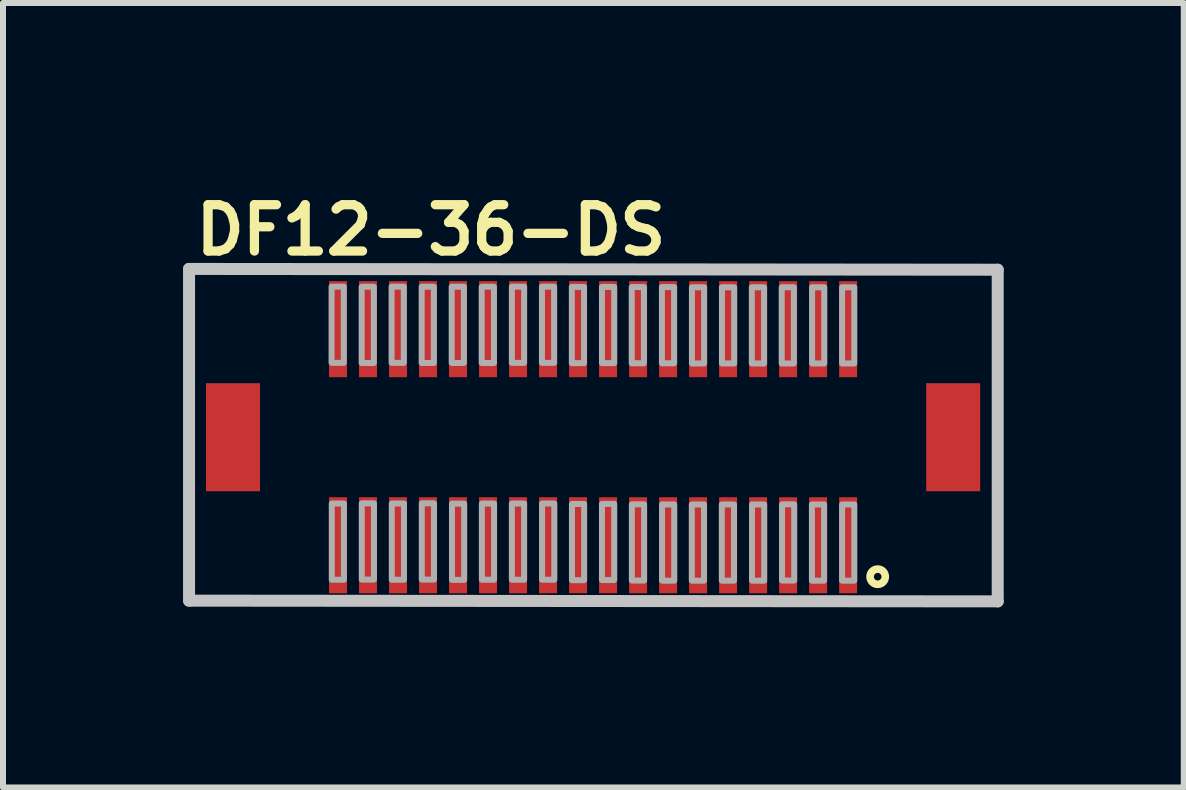
<source format=kicad_pcb>
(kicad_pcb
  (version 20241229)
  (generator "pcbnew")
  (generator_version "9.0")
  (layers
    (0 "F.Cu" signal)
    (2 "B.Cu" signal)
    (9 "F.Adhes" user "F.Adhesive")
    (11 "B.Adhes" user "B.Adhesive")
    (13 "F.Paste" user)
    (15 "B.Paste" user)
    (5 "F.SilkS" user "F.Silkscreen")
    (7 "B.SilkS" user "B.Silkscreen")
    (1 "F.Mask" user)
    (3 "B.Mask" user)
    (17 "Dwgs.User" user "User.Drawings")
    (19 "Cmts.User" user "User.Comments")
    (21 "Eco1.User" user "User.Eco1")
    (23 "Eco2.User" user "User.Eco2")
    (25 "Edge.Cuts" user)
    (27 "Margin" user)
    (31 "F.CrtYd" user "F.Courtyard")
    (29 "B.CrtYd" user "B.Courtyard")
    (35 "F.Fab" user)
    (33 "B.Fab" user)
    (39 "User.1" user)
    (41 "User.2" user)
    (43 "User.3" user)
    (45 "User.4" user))
  (footprint "DF12-36-DS"
    (layer "F.Cu")
    (at 6.832 4.235)
    (property "Reference" "DF12-36-DS" (at -6.7 -3 0) (layer "F.SilkS") (effects (font (size 0.772 0.772) (thickness 0.154)) (justify left bottom)))
    (attr through_hole)
    (fp_poly (pts (xy -4.539 1.499) (xy -4.565 1.301) (xy -4.641 1.118) (xy -4.762 0.96) (xy -4.92 0.839) (xy -5.103 0.763) (xy -5.301 0.737) (xy -5.498 0.763) (xy -5.682 0.839) (xy -5.839 0.96) (xy -5.961 1.118) (xy -6.037 1.301) (xy -6.063 1.499) (xy -6.037 1.696) (xy -5.961 1.88) (xy -5.839 2.037) (xy -5.682 2.159) (xy -5.301 2.261) (xy -5.103 2.235) (xy -4.92 2.159) (xy -4.762 2.037) (xy -4.641 1.88) (xy -4.565 1.696)) (stroke (width 0) (type solid)) (fill yes) (layer "F.Mask"))
    (fp_poly (pts (xy 6.063 1.499) (xy 6.037 1.301) (xy 5.961 1.118) (xy 5.839 0.96) (xy 5.682 0.839) (xy 5.498 0.763) (xy 5.301 0.737) (xy 5.103 0.763) (xy 4.92 0.839) (xy 4.762 0.96) (xy 4.641 1.118) (xy 4.565 1.301) (xy 4.539 1.499) (xy 4.565 1.696) (xy 4.641 1.88) (xy 4.762 2.037) (xy 4.92 2.159) (xy 5.301 2.261) (xy 5.498 2.235) (xy 5.682 2.159) (xy 5.839 2.037) (xy 5.961 1.88) (xy 6.037 1.696)) (stroke (width 0) (type solid)) (fill yes) (layer "F.Mask"))
    (fp_circle (center 4.742 2.324) (end 4.869 2.324) (stroke (width 0.127) (type solid)) (fill no) (layer "F.SilkS"))
    (fp_poly (pts (xy -4.138 -2.513) (xy -4.358 -2.513) (xy -4.358 -1.213) (xy -4.138 -1.213)) (stroke (width 0) (type solid)) (fill yes) (layer "F.Paste"))
    (fp_poly (pts (xy -4.138 1.207) (xy -4.358 1.207) (xy -4.358 2.507) (xy -4.138 2.507)) (stroke (width 0) (type solid)) (fill yes) (layer "F.Paste"))
    (fp_poly (pts (xy -3.638 -2.513) (xy -3.858 -2.513) (xy -3.858 -1.213) (xy -3.638 -1.213)) (stroke (width 0) (type solid)) (fill yes) (layer "F.Paste"))
    (fp_poly (pts (xy -3.638 1.207) (xy -3.858 1.207) (xy -3.858 2.507) (xy -3.638 2.507)) (stroke (width 0) (type solid)) (fill yes) (layer "F.Paste"))
    (fp_poly (pts (xy -3.138 -2.513) (xy -3.358 -2.513) (xy -3.358 -1.213) (xy -3.138 -1.213)) (stroke (width 0) (type solid)) (fill yes) (layer "F.Paste"))
    (fp_poly (pts (xy -3.138 1.207) (xy -3.358 1.207) (xy -3.358 2.507) (xy -3.138 2.507)) (stroke (width 0) (type solid)) (fill yes) (layer "F.Paste"))
    (fp_poly (pts (xy -2.638 -2.513) (xy -2.858 -2.513) (xy -2.858 -1.213) (xy -2.638 -1.213)) (stroke (width 0) (type solid)) (fill yes) (layer "F.Paste"))
    (fp_poly (pts (xy -2.638 1.207) (xy -2.858 1.207) (xy -2.858 2.507) (xy -2.638 2.507)) (stroke (width 0) (type solid)) (fill yes) (layer "F.Paste"))
    (fp_poly (pts (xy -2.138 -2.513) (xy -2.358 -2.513) (xy -2.358 -1.213) (xy -2.138 -1.213)) (stroke (width 0) (type solid)) (fill yes) (layer "F.Paste"))
    (fp_poly (pts (xy -2.138 1.207) (xy -2.358 1.207) (xy -2.358 2.507) (xy -2.138 2.507)) (stroke (width 0) (type solid)) (fill yes) (layer "F.Paste"))
    (fp_poly (pts (xy -1.638 -2.513) (xy -1.858 -2.513) (xy -1.858 -1.213) (xy -1.638 -1.213)) (stroke (width 0) (type solid)) (fill yes) (layer "F.Paste"))
    (fp_poly (pts (xy -1.638 1.207) (xy -1.858 1.207) (xy -1.858 2.507) (xy -1.638 2.507)) (stroke (width 0) (type solid)) (fill yes) (layer "F.Paste"))
    (fp_poly (pts (xy -1.138 -2.513) (xy -1.358 -2.513) (xy -1.358 -1.213) (xy -1.138 -1.213)) (stroke (width 0) (type solid)) (fill yes) (layer "F.Paste"))
    (fp_poly (pts (xy -1.138 1.207) (xy -1.358 1.207) (xy -1.358 2.507) (xy -1.138 2.507)) (stroke (width 0) (type solid)) (fill yes) (layer "F.Paste"))
    (fp_poly (pts (xy -0.638 -2.513) (xy -0.858 -2.513) (xy -0.858 -1.213) (xy -0.638 -1.213)) (stroke (width 0) (type solid)) (fill yes) (layer "F.Paste"))
    (fp_poly (pts (xy -0.638 1.207) (xy -0.858 1.207) (xy -0.858 2.507) (xy -0.638 2.507)) (stroke (width 0) (type solid)) (fill yes) (layer "F.Paste"))
    (fp_poly (pts (xy -0.148 -2.513) (xy -0.368 -2.513) (xy -0.368 -1.213) (xy -0.148 -1.213)) (stroke (width 0) (type solid)) (fill yes) (layer "F.Paste"))
    (fp_poly (pts (xy -0.138 1.207) (xy -0.358 1.207) (xy -0.358 2.507) (xy -0.138 2.507)) (stroke (width 0) (type solid)) (fill yes) (layer "F.Paste"))
    (fp_poly (pts (xy 0.362 -2.513) (xy 0.142 -2.513) (xy 0.142 -1.213) (xy 0.362 -1.213)) (stroke (width 0) (type solid)) (fill yes) (layer "F.Paste"))
    (fp_poly (pts (xy 0.362 1.207) (xy 0.142 1.207) (xy 0.142 2.507) (xy 0.362 2.507)) (stroke (width 0) (type solid)) (fill yes) (layer "F.Paste"))
    (fp_poly (pts (xy 0.862 -2.513) (xy 0.642 -2.513) (xy 0.642 -1.213) (xy 0.862 -1.213)) (stroke (width 0) (type solid)) (fill yes) (layer "F.Paste"))
    (fp_poly (pts (xy 0.862 1.207) (xy 0.642 1.207) (xy 0.642 2.507) (xy 0.862 2.507)) (stroke (width 0) (type solid)) (fill yes) (layer "F.Paste"))
    (fp_poly (pts (xy 1.362 -2.513) (xy 1.142 -2.513) (xy 1.142 -1.213) (xy 1.362 -1.213)) (stroke (width 0) (type solid)) (fill yes) (layer "F.Paste"))
    (fp_poly (pts (xy 1.362 1.207) (xy 1.142 1.207) (xy 1.142 2.507) (xy 1.362 2.507)) (stroke (width 0) (type solid)) (fill yes) (layer "F.Paste"))
    (fp_poly (pts (xy 1.852 -2.513) (xy 1.632 -2.513) (xy 1.632 -1.213) (xy 1.852 -1.213)) (stroke (width 0) (type solid)) (fill yes) (layer "F.Paste"))
    (fp_poly (pts (xy 1.862 1.207) (xy 1.642 1.207) (xy 1.642 2.507) (xy 1.862 2.507)) (stroke (width 0) (type solid)) (fill yes) (layer "F.Paste"))
    (fp_poly (pts (xy 2.362 -2.513) (xy 2.142 -2.513) (xy 2.142 -1.213) (xy 2.362 -1.213)) (stroke (width 0) (type solid)) (fill yes) (layer "F.Paste"))
    (fp_poly (pts (xy 2.362 1.207) (xy 2.142 1.207) (xy 2.142 2.507) (xy 2.362 2.507)) (stroke (width 0) (type solid)) (fill yes) (layer "F.Paste"))
    (fp_poly (pts (xy 2.862 -2.513) (xy 2.642 -2.513) (xy 2.642 -1.213) (xy 2.862 -1.213)) (stroke (width 0) (type solid)) (fill yes) (layer "F.Paste"))
    (fp_poly (pts (xy 2.862 1.207) (xy 2.642 1.207) (xy 2.642 2.507) (xy 2.862 2.507)) (stroke (width 0) (type solid)) (fill yes) (layer "F.Paste"))
    (fp_poly (pts (xy 3.362 -2.513) (xy 3.142 -2.513) (xy 3.142 -1.213) (xy 3.362 -1.213)) (stroke (width 0) (type solid)) (fill yes) (layer "F.Paste"))
    (fp_poly (pts (xy 3.362 1.207) (xy 3.142 1.207) (xy 3.142 2.507) (xy 3.362 2.507)) (stroke (width 0) (type solid)) (fill yes) (layer "F.Paste"))
    (fp_poly (pts (xy 3.862 -2.513) (xy 3.642 -2.513) (xy 3.642 -1.213) (xy 3.862 -1.213)) (stroke (width 0) (type solid)) (fill yes) (layer "F.Paste"))
    (fp_poly (pts (xy 3.862 1.207) (xy 3.642 1.207) (xy 3.642 2.507) (xy 3.862 2.507)) (stroke (width 0) (type solid)) (fill yes) (layer "F.Paste"))
    (fp_poly (pts (xy 4.362 -2.513) (xy 4.142 -2.513) (xy 4.142 -1.213) (xy 4.362 -1.213)) (stroke (width 0) (type solid)) (fill yes) (layer "F.Paste"))
    (fp_poly (pts (xy 4.362 1.207) (xy 4.142 1.207) (xy 4.142 2.507) (xy 4.362 2.507)) (stroke (width 0) (type solid)) (fill yes) (layer "F.Paste"))
    (fp_line (start -6.732 -2.804) (end 6.742 -2.791) (stroke (width 0.2) (type solid)) (layer "Dwgs.User"))
    (fp_line (start -6.732 2.723) (end -6.732 -2.804) (stroke (width 0.2) (type solid)) (layer "Dwgs.User"))
    (fp_line (start 6.742 -2.791) (end 6.742 2.735) (stroke (width 0.2) (type solid)) (layer "Dwgs.User"))
    (fp_line (start 6.742 2.735) (end -6.732 2.723) (stroke (width 0.2) (type solid)) (layer "Dwgs.User"))
    (fp_poly (pts (xy -4.357 -2.509) (xy -4.357 -1.239) (xy -4.154 -1.239) (xy -4.154 -2.509)) (stroke (width 0.1) (type solid)) (fill no) (layer "F.Fab"))
    (fp_poly (pts (xy -4.354 1.105) (xy -4.354 2.375) (xy -4.151 2.375) (xy -4.151 1.105)) (stroke (width 0.1) (type solid)) (fill no) (layer "F.Fab"))
    (fp_poly (pts (xy -3.856 -2.507) (xy -3.856 -1.237) (xy -3.653 -1.237) (xy -3.653 -2.507)) (stroke (width 0.1) (type solid)) (fill no) (layer "F.Fab"))
    (fp_poly (pts (xy -3.854 1.102) (xy -3.854 2.372) (xy -3.651 2.372) (xy -3.651 1.102)) (stroke (width 0.1) (type solid)) (fill no) (layer "F.Fab"))
    (fp_poly (pts (xy -3.357 -2.509) (xy -3.357 -1.239) (xy -3.154 -1.239) (xy -3.154 -2.509)) (stroke (width 0.1) (type solid)) (fill no) (layer "F.Fab"))
    (fp_poly (pts (xy -3.354 1.105) (xy -3.354 2.375) (xy -3.151 2.375) (xy -3.151 1.105)) (stroke (width 0.1) (type solid)) (fill no) (layer "F.Fab"))
    (fp_poly (pts (xy -2.856 -2.507) (xy -2.856 -1.237) (xy -2.653 -1.237) (xy -2.653 -2.507)) (stroke (width 0.1) (type solid)) (fill no) (layer "F.Fab"))
    (fp_poly (pts (xy -2.854 1.102) (xy -2.854 2.372) (xy -2.651 2.372) (xy -2.651 1.102)) (stroke (width 0.1) (type solid)) (fill no) (layer "F.Fab"))
    (fp_poly (pts (xy -2.356 -2.507) (xy -2.356 -1.237) (xy -2.153 -1.237) (xy -2.153 -2.507)) (stroke (width 0.1) (type solid)) (fill no) (layer "F.Fab"))
    (fp_poly (pts (xy -2.351 1.107) (xy -2.351 2.377) (xy -2.148 2.377) (xy -2.148 1.107)) (stroke (width 0.1) (type solid)) (fill no) (layer "F.Fab"))
    (fp_poly (pts (xy -1.856 -2.507) (xy -1.856 -1.237) (xy -1.652 -1.237) (xy -1.652 -2.507)) (stroke (width 0.1) (type solid)) (fill no) (layer "F.Fab"))
    (fp_poly (pts (xy -1.853 1.105) (xy -1.853 2.375) (xy -1.65 2.375) (xy -1.65 1.105)) (stroke (width 0.1) (type solid)) (fill no) (layer "F.Fab"))
    (fp_poly (pts (xy -1.353 -2.509) (xy -1.353 -1.239) (xy -1.149 -1.239) (xy -1.149 -2.509)) (stroke (width 0.1) (type solid)) (fill no) (layer "F.Fab"))
    (fp_poly (pts (xy -1.353 1.105) (xy -1.353 2.375) (xy -1.149 2.375) (xy -1.149 1.105)) (stroke (width 0.1) (type solid)) (fill no) (layer "F.Fab"))
    (fp_poly (pts (xy -0.852 -2.509) (xy -0.852 -1.239) (xy -0.649 -1.239) (xy -0.649 -2.509)) (stroke (width 0.1) (type solid)) (fill no) (layer "F.Fab"))
    (fp_poly (pts (xy -0.85 1.105) (xy -0.85 2.375) (xy -0.646 2.375) (xy -0.646 1.105)) (stroke (width 0.1) (type solid)) (fill no) (layer "F.Fab"))
    (fp_poly (pts (xy -0.354 -2.504) (xy -0.354 -1.234) (xy -0.151 -1.234) (xy -0.151 -2.504)) (stroke (width 0.1) (type solid)) (fill no) (layer "F.Fab"))
    (fp_poly (pts (xy -0.352 1.113) (xy -0.352 2.382) (xy -0.149 2.382) (xy -0.149 1.113)) (stroke (width 0.1) (type solid)) (fill no) (layer "F.Fab"))
    (fp_poly (pts (xy 0.148 -2.504) (xy 0.148 -1.234) (xy 0.352 -1.234) (xy 0.352 -2.504)) (stroke (width 0.1) (type solid)) (fill no) (layer "F.Fab"))
    (fp_poly (pts (xy 0.148 1.11) (xy 0.148 2.38) (xy 0.352 2.38) (xy 0.352 1.11)) (stroke (width 0.1) (type solid)) (fill no) (layer "F.Fab"))
    (fp_poly (pts (xy 0.644 -2.502) (xy 0.644 -1.232) (xy 0.847 -1.232) (xy 0.847 -2.502)) (stroke (width 0.1) (type solid)) (fill no) (layer "F.Fab"))
    (fp_poly (pts (xy 0.646 1.118) (xy 0.646 2.388) (xy 0.85 2.388) (xy 0.85 1.118)) (stroke (width 0.1) (type solid)) (fill no) (layer "F.Fab"))
    (fp_poly (pts (xy 1.147 -2.502) (xy 1.147 -1.232) (xy 1.35 -1.232) (xy 1.35 -2.502)) (stroke (width 0.1) (type solid)) (fill no) (layer "F.Fab"))
    (fp_poly (pts (xy 1.149 1.12) (xy 1.149 2.39) (xy 1.352 2.39) (xy 1.352 1.12)) (stroke (width 0.1) (type solid)) (fill no) (layer "F.Fab"))
    (fp_poly (pts (xy 1.645 1.12) (xy 1.645 2.39) (xy 1.848 2.39) (xy 1.848 1.12)) (stroke (width 0.1) (type solid)) (fill no) (layer "F.Fab"))
    (fp_poly (pts (xy 1.647 -2.499) (xy 1.647 -1.229) (xy 1.85 -1.229) (xy 1.85 -2.499)) (stroke (width 0.1) (type solid)) (fill no) (layer "F.Fab"))
    (fp_poly (pts (xy 2.145 1.12) (xy 2.145 2.39) (xy 2.348 2.39) (xy 2.348 1.12)) (stroke (width 0.1) (type solid)) (fill no) (layer "F.Fab"))
    (fp_poly (pts (xy 2.147 -2.499) (xy 2.147 -1.229) (xy 2.351 -1.229) (xy 2.351 -2.499)) (stroke (width 0.1) (type solid)) (fill no) (layer "F.Fab"))
    (fp_poly (pts (xy 2.645 -2.499) (xy 2.645 -1.229) (xy 2.849 -1.229) (xy 2.849 -2.499)) (stroke (width 0.1) (type solid)) (fill no) (layer "F.Fab"))
    (fp_poly (pts (xy 2.648 1.12) (xy 2.648 2.39) (xy 2.851 2.39) (xy 2.851 1.12)) (stroke (width 0.1) (type solid)) (fill no) (layer "F.Fab"))
    (fp_poly (pts (xy 3.143 -2.499) (xy 3.143 -1.229) (xy 3.346 -1.229) (xy 3.346 -2.499)) (stroke (width 0.1) (type solid)) (fill no) (layer "F.Fab"))
    (fp_poly (pts (xy 3.148 1.118) (xy 3.148 2.388) (xy 3.351 2.388) (xy 3.351 1.118)) (stroke (width 0.1) (type solid)) (fill no) (layer "F.Fab"))
    (fp_poly (pts (xy 3.646 1.12) (xy 3.646 2.39) (xy 3.849 2.39) (xy 3.849 1.12)) (stroke (width 0.1) (type solid)) (fill no) (layer "F.Fab"))
    (fp_poly (pts (xy 3.649 -2.499) (xy 3.649 -1.229) (xy 3.852 -1.229) (xy 3.852 -2.499)) (stroke (width 0.1) (type solid)) (fill no) (layer "F.Fab"))
    (fp_poly (pts (xy 4.149 -2.499) (xy 4.149 -1.229) (xy 4.352 -1.229) (xy 4.352 -2.499)) (stroke (width 0.1) (type solid)) (fill no) (layer "F.Fab"))
    (fp_poly (pts (xy 4.149 1.12) (xy 4.149 2.39) (xy 4.352 2.39) (xy 4.352 1.12)) (stroke (width 0.1) (type solid)) (fill no) (layer "F.Fab"))
    (pad "1" smd rect (at 4.25 1.8 180) (size 0.3 1.6) (layers "F.Cu" "F.Mask"))
    (pad "2" smd rect (at 4.25 -1.8 180) (size 0.3 1.6) (layers "F.Cu" "F.Mask"))
    (pad "3" smd rect (at 3.75 1.8 180) (size 0.3 1.6) (layers "F.Cu" "F.Mask"))
    (pad "4" smd rect (at 3.75 -1.8 180) (size 0.3 1.6) (layers "F.Cu" "F.Mask"))
    (pad "5" smd rect (at 3.25 1.8 180) (size 0.3 1.6) (layers "F.Cu" "F.Mask"))
    (pad "6" smd rect (at 3.25 -1.8 180) (size 0.3 1.6) (layers "F.Cu" "F.Mask"))
    (pad "7" smd rect (at 2.75 1.8 180) (size 0.3 1.6) (layers "F.Cu" "F.Mask"))
    (pad "8" smd rect (at 2.75 -1.8 180) (size 0.3 1.6) (layers "F.Cu" "F.Mask"))
    (pad "9" smd rect (at 2.25 1.8 180) (size 0.3 1.6) (layers "F.Cu" "F.Mask"))
    (pad "10" smd rect (at 2.25 -1.8 180) (size 0.3 1.6) (layers "F.Cu" "F.Mask"))
    (pad "11" smd rect (at 1.75 1.8 180) (size 0.3 1.6) (layers "F.Cu" "F.Mask"))
    (pad "12" smd rect (at 1.75 -1.8 180) (size 0.3 1.6) (layers "F.Cu" "F.Mask"))
    (pad "13" smd rect (at 1.25 1.8 180) (size 0.3 1.6) (layers "F.Cu" "F.Mask"))
    (pad "14" smd rect (at 1.25 -1.8 180) (size 0.3 1.6) (layers "F.Cu" "F.Mask"))
    (pad "15" smd rect (at 0.75 1.8 180) (size 0.3 1.6) (layers "F.Cu" "F.Mask"))
    (pad "16" smd rect (at 0.75 -1.8 180) (size 0.3 1.6) (layers "F.Cu" "F.Mask"))
    (pad "17" smd rect (at 0.25 1.8 180) (size 0.3 1.6) (layers "F.Cu" "F.Mask"))
    (pad "18" smd rect (at 0.25 -1.8 180) (size 0.3 1.6) (layers "F.Cu" "F.Mask"))
    (pad "19" smd rect (at -0.25 1.8 180) (size 0.3 1.6) (layers "F.Cu" "F.Mask"))
    (pad "20" smd rect (at -0.25 -1.8 180) (size 0.3 1.6) (layers "F.Cu" "F.Mask"))
    (pad "21" smd rect (at -0.75 1.8 180) (size 0.3 1.6) (layers "F.Cu" "F.Mask"))
    (pad "22" smd rect (at -0.75 -1.8 180) (size 0.3 1.6) (layers "F.Cu" "F.Mask"))
    (pad "23" smd rect (at -1.25 1.8 180) (size 0.3 1.6) (layers "F.Cu" "F.Mask"))
    (pad "24" smd rect (at -1.25 -1.8 180) (size 0.3 1.6) (layers "F.Cu" "F.Mask"))
    (pad "25" smd rect (at -1.75 1.8 180) (size 0.3 1.6) (layers "F.Cu" "F.Mask"))
    (pad "26" smd rect (at -1.75 -1.8 180) (size 0.3 1.6) (layers "F.Cu" "F.Mask"))
    (pad "27" smd rect (at -2.25 1.8 180) (size 0.3 1.6) (layers "F.Cu" "F.Mask"))
    (pad "28" smd rect (at -2.25 -1.8 180) (size 0.3 1.6) (layers "F.Cu" "F.Mask"))
    (pad "29" smd rect (at -2.75 1.8 180) (size 0.3 1.6) (layers "F.Cu" "F.Mask"))
    (pad "30" smd rect (at -2.75 -1.8 180) (size 0.3 1.6) (layers "F.Cu" "F.Mask"))
    (pad "31" smd rect (at -3.25 1.8 180) (size 0.3 1.6) (layers "F.Cu" "F.Mask"))
    (pad "32" smd rect (at -3.25 -1.8 180) (size 0.3 1.6) (layers "F.Cu" "F.Mask"))
    (pad "33" smd rect (at -3.75 1.8 180) (size 0.3 1.6) (layers "F.Cu" "F.Mask"))
    (pad "34" smd rect (at -3.75 -1.8 180) (size 0.3 1.6) (layers "F.Cu" "F.Mask"))
    (pad "35" smd rect (at -4.25 1.8 180) (size 0.3 1.6) (layers "F.Cu" "F.Mask"))
    (pad "36" smd rect (at -4.25 -1.8 180) (size 0.3 1.6) (layers "F.Cu" "F.Mask"))
    (pad "F1" smd rect (at 6 0 180) (size 0.9 1.8) (layers "F.Cu" "F.Mask" "F.Paste"))
    (pad "F2" smd rect (at -6 0 180) (size 0.9 1.8) (layers "F.Cu" "F.Mask" "F.Paste")))
  (gr_rect
    (start -3 -3)
    (end 16.674 10.071)
    (stroke (width 0.1) (type default))
    (fill no)
    (layer "Edge.Cuts")))
</source>
